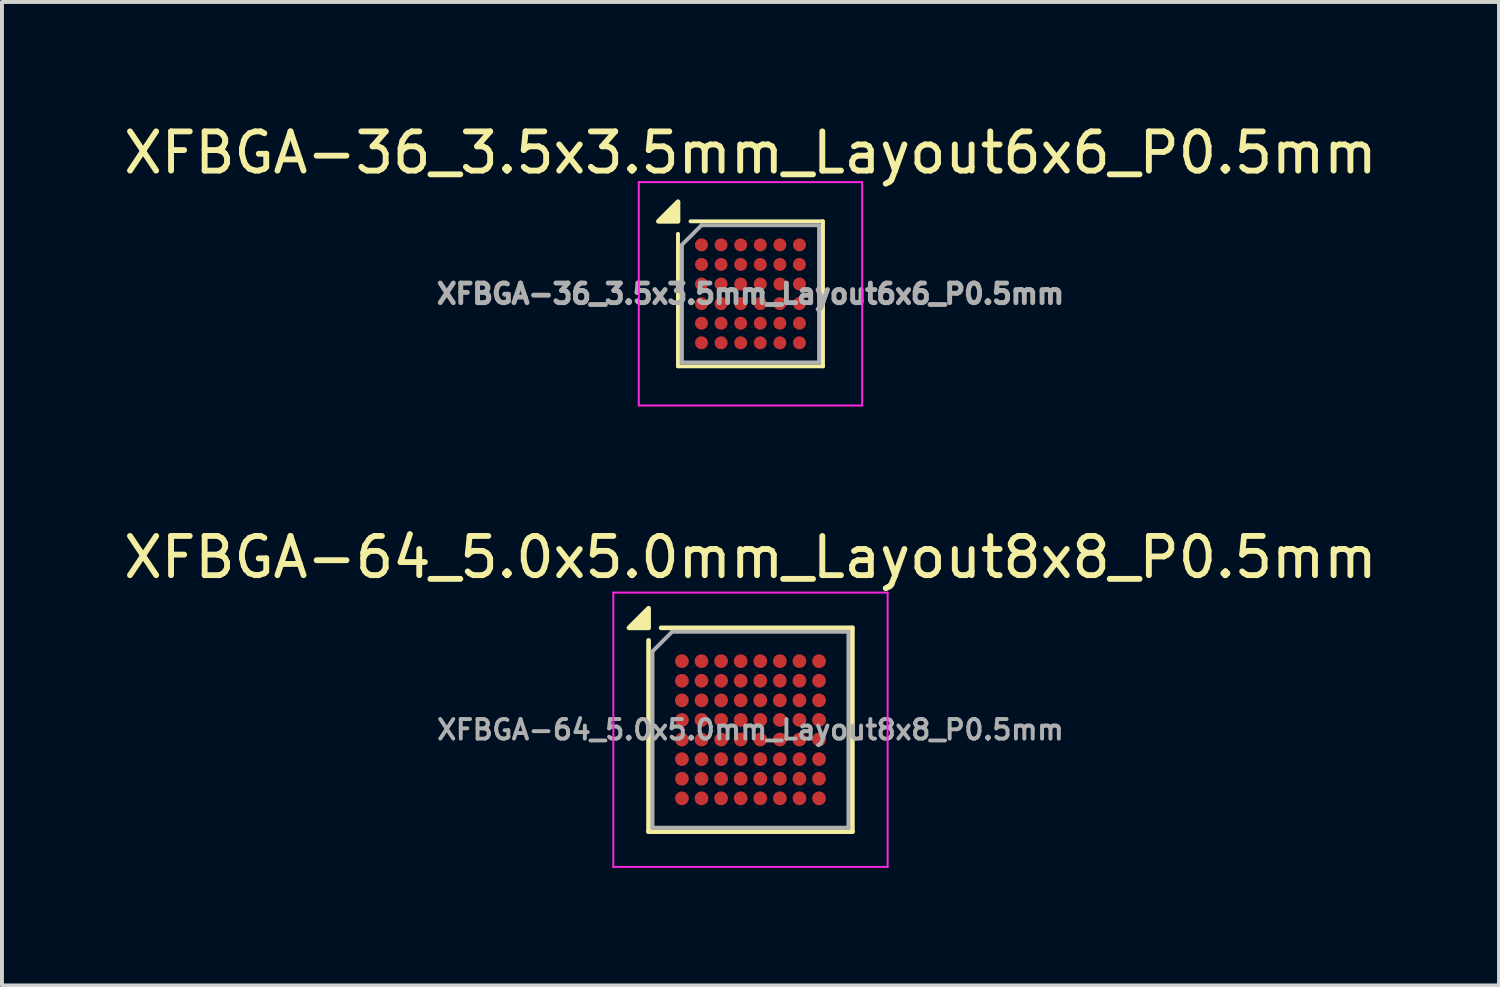
<source format=kicad_pcb>
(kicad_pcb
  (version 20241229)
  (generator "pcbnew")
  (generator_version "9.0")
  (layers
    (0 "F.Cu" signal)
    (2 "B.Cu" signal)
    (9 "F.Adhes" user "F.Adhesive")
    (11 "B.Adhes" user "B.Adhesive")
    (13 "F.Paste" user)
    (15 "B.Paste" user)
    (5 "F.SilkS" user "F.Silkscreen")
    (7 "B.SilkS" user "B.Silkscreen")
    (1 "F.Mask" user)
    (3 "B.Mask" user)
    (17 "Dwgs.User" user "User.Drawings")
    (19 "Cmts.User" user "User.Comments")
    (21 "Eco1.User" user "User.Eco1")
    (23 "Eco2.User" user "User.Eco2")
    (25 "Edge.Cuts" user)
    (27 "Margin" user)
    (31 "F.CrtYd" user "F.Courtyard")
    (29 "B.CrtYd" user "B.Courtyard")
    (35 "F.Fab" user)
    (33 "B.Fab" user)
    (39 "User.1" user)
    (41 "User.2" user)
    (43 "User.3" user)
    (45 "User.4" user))
  (footprint "XFBGA-64_5.0x5.0mm_Layout8x8_P0.5mm"
    (layer "F.Cu")
    (at 16.101 15.572)
    (property "Reference" "XFBGA-64_5.0x5.0mm_Layout8x8_P0.5mm" (at 0 -4.4 0) (layer "F.SilkS") (effects (font (size 1 1) (thickness 0.15))))
    (attr smd)
    (fp_line (start -2.6 -2.28) (end -2.6 2.6) (stroke (width 0.12) (type solid)) (layer "F.SilkS"))
    (fp_line (start -2.6 2.6) (end 2.6 2.6) (stroke (width 0.12) (type solid)) (layer "F.SilkS"))
    (fp_line (start -2.28 -2.6) (end 2.6 -2.6) (stroke (width 0.12) (type solid)) (layer "F.SilkS"))
    (fp_line (start 2.6 -2.6) (end 2.6 2.6) (stroke (width 0.12) (type solid)) (layer "F.SilkS"))
    (fp_poly (pts (xy -2.6 -2.6) (xy -3.1 -2.6) (xy -2.6 -3.1) (xy -2.6 -2.6)) (stroke (width 0.12) (type solid)) (fill yes) (layer "F.SilkS"))
    (fp_line (start -3.5 -3.5) (end 3.5 -3.5) (stroke (width 0.05) (type solid)) (layer "F.CrtYd"))
    (fp_line (start -3.5 3.5) (end -3.5 -3.5) (stroke (width 0.05) (type solid)) (layer "F.CrtYd"))
    (fp_line (start -3.5 3.5) (end 3.5 3.5) (stroke (width 0.05) (type solid)) (layer "F.CrtYd"))
    (fp_line (start 3.5 3.5) (end 3.5 -3.5) (stroke (width 0.05) (type solid)) (layer "F.CrtYd"))
    (fp_line (start -2.5 -2) (end -2 -2.5) (stroke (width 0.1) (type solid)) (layer "F.Fab"))
    (fp_line (start -2.5 2.5) (end -2.5 -2) (stroke (width 0.1) (type solid)) (layer "F.Fab"))
    (fp_line (start -2.5 2.5) (end 2.5 2.5) (stroke (width 0.1) (type solid)) (layer "F.Fab"))
    (fp_line (start -2 -2.5) (end 2.5 -2.5) (stroke (width 0.1) (type solid)) (layer "F.Fab"))
    (fp_line (start 2.5 2.5) (end 2.5 -2.5) (stroke (width 0.1) (type solid)) (layer "F.Fab"))
    (fp_text user "${REFERENCE}" (at 0 0 0) (layer "F.Fab") (effects (font (size 0.5 0.5) (thickness 0.1))))
    (pad "A1" smd circle (at -1.75 -1.75) (size 0.35 0.35) (property pad_prop_bga) (layers "F.Cu" "F.Mask" "F.Paste"))
    (pad "A2" smd circle (at -1.25 -1.75) (size 0.35 0.35) (property pad_prop_bga) (layers "F.Cu" "F.Mask" "F.Paste"))
    (pad "A3" smd circle (at -0.75 -1.75) (size 0.35 0.35) (property pad_prop_bga) (layers "F.Cu" "F.Mask" "F.Paste"))
    (pad "A4" smd circle (at -0.25 -1.75) (size 0.35 0.35) (property pad_prop_bga) (layers "F.Cu" "F.Mask" "F.Paste"))
    (pad "A5" smd circle (at 0.25 -1.75) (size 0.35 0.35) (property pad_prop_bga) (layers "F.Cu" "F.Mask" "F.Paste"))
    (pad "A6" smd circle (at 0.75 -1.75) (size 0.35 0.35) (property pad_prop_bga) (layers "F.Cu" "F.Mask" "F.Paste"))
    (pad "A7" smd circle (at 1.25 -1.75) (size 0.35 0.35) (property pad_prop_bga) (layers "F.Cu" "F.Mask" "F.Paste"))
    (pad "A8" smd circle (at 1.75 -1.75) (size 0.35 0.35) (property pad_prop_bga) (layers "F.Cu" "F.Mask" "F.Paste"))
    (pad "B1" smd circle (at -1.75 -1.25) (size 0.35 0.35) (property pad_prop_bga) (layers "F.Cu" "F.Mask" "F.Paste"))
    (pad "B2" smd circle (at -1.25 -1.25) (size 0.35 0.35) (property pad_prop_bga) (layers "F.Cu" "F.Mask" "F.Paste"))
    (pad "B3" smd circle (at -0.75 -1.25) (size 0.35 0.35) (property pad_prop_bga) (layers "F.Cu" "F.Mask" "F.Paste"))
    (pad "B4" smd circle (at -0.25 -1.25) (size 0.35 0.35) (property pad_prop_bga) (layers "F.Cu" "F.Mask" "F.Paste"))
    (pad "B5" smd circle (at 0.25 -1.25) (size 0.35 0.35) (property pad_prop_bga) (layers "F.Cu" "F.Mask" "F.Paste"))
    (pad "B6" smd circle (at 0.75 -1.25) (size 0.35 0.35) (property pad_prop_bga) (layers "F.Cu" "F.Mask" "F.Paste"))
    (pad "B7" smd circle (at 1.25 -1.25) (size 0.35 0.35) (property pad_prop_bga) (layers "F.Cu" "F.Mask" "F.Paste"))
    (pad "B8" smd circle (at 1.75 -1.25) (size 0.35 0.35) (property pad_prop_bga) (layers "F.Cu" "F.Mask" "F.Paste"))
    (pad "C1" smd circle (at -1.75 -0.75) (size 0.35 0.35) (property pad_prop_bga) (layers "F.Cu" "F.Mask" "F.Paste"))
    (pad "C2" smd circle (at -1.25 -0.75) (size 0.35 0.35) (property pad_prop_bga) (layers "F.Cu" "F.Mask" "F.Paste"))
    (pad "C3" smd circle (at -0.75 -0.75) (size 0.35 0.35) (property pad_prop_bga) (layers "F.Cu" "F.Mask" "F.Paste"))
    (pad "C4" smd circle (at -0.25 -0.75) (size 0.35 0.35) (property pad_prop_bga) (layers "F.Cu" "F.Mask" "F.Paste"))
    (pad "C5" smd circle (at 0.25 -0.75) (size 0.35 0.35) (property pad_prop_bga) (layers "F.Cu" "F.Mask" "F.Paste"))
    (pad "C6" smd circle (at 0.75 -0.75) (size 0.35 0.35) (property pad_prop_bga) (layers "F.Cu" "F.Mask" "F.Paste"))
    (pad "C7" smd circle (at 1.25 -0.75) (size 0.35 0.35) (property pad_prop_bga) (layers "F.Cu" "F.Mask" "F.Paste"))
    (pad "C8" smd circle (at 1.75 -0.75) (size 0.35 0.35) (property pad_prop_bga) (layers "F.Cu" "F.Mask" "F.Paste"))
    (pad "D1" smd circle (at -1.75 -0.25) (size 0.35 0.35) (property pad_prop_bga) (layers "F.Cu" "F.Mask" "F.Paste"))
    (pad "D2" smd circle (at -1.25 -0.25) (size 0.35 0.35) (property pad_prop_bga) (layers "F.Cu" "F.Mask" "F.Paste"))
    (pad "D3" smd circle (at -0.75 -0.25) (size 0.35 0.35) (property pad_prop_bga) (layers "F.Cu" "F.Mask" "F.Paste"))
    (pad "D4" smd circle (at -0.25 -0.25) (size 0.35 0.35) (property pad_prop_bga) (layers "F.Cu" "F.Mask" "F.Paste"))
    (pad "D5" smd circle (at 0.25 -0.25) (size 0.35 0.35) (property pad_prop_bga) (layers "F.Cu" "F.Mask" "F.Paste"))
    (pad "D6" smd circle (at 0.75 -0.25) (size 0.35 0.35) (property pad_prop_bga) (layers "F.Cu" "F.Mask" "F.Paste"))
    (pad "D7" smd circle (at 1.25 -0.25) (size 0.35 0.35) (property pad_prop_bga) (layers "F.Cu" "F.Mask" "F.Paste"))
    (pad "D8" smd circle (at 1.75 -0.25) (size 0.35 0.35) (property pad_prop_bga) (layers "F.Cu" "F.Mask" "F.Paste"))
    (pad "E1" smd circle (at -1.75 0.25) (size 0.35 0.35) (property pad_prop_bga) (layers "F.Cu" "F.Mask" "F.Paste"))
    (pad "E2" smd circle (at -1.25 0.25) (size 0.35 0.35) (property pad_prop_bga) (layers "F.Cu" "F.Mask" "F.Paste"))
    (pad "E3" smd circle (at -0.75 0.25) (size 0.35 0.35) (property pad_prop_bga) (layers "F.Cu" "F.Mask" "F.Paste"))
    (pad "E4" smd circle (at -0.25 0.25) (size 0.35 0.35) (property pad_prop_bga) (layers "F.Cu" "F.Mask" "F.Paste"))
    (pad "E5" smd circle (at 0.25 0.25) (size 0.35 0.35) (property pad_prop_bga) (layers "F.Cu" "F.Mask" "F.Paste"))
    (pad "E6" smd circle (at 0.75 0.25) (size 0.35 0.35) (property pad_prop_bga) (layers "F.Cu" "F.Mask" "F.Paste"))
    (pad "E7" smd circle (at 1.25 0.25) (size 0.35 0.35) (property pad_prop_bga) (layers "F.Cu" "F.Mask" "F.Paste"))
    (pad "E8" smd circle (at 1.75 0.25) (size 0.35 0.35) (property pad_prop_bga) (layers "F.Cu" "F.Mask" "F.Paste"))
    (pad "F1" smd circle (at -1.75 0.75) (size 0.35 0.35) (property pad_prop_bga) (layers "F.Cu" "F.Mask" "F.Paste"))
    (pad "F2" smd circle (at -1.25 0.75) (size 0.35 0.35) (property pad_prop_bga) (layers "F.Cu" "F.Mask" "F.Paste"))
    (pad "F3" smd circle (at -0.75 0.75) (size 0.35 0.35) (property pad_prop_bga) (layers "F.Cu" "F.Mask" "F.Paste"))
    (pad "F4" smd circle (at -0.25 0.75) (size 0.35 0.35) (property pad_prop_bga) (layers "F.Cu" "F.Mask" "F.Paste"))
    (pad "F5" smd circle (at 0.25 0.75) (size 0.35 0.35) (property pad_prop_bga) (layers "F.Cu" "F.Mask" "F.Paste"))
    (pad "F6" smd circle (at 0.75 0.75) (size 0.35 0.35) (property pad_prop_bga) (layers "F.Cu" "F.Mask" "F.Paste"))
    (pad "F7" smd circle (at 1.25 0.75) (size 0.35 0.35) (property pad_prop_bga) (layers "F.Cu" "F.Mask" "F.Paste"))
    (pad "F8" smd circle (at 1.75 0.75) (size 0.35 0.35) (property pad_prop_bga) (layers "F.Cu" "F.Mask" "F.Paste"))
    (pad "G1" smd circle (at -1.75 1.25) (size 0.35 0.35) (property pad_prop_bga) (layers "F.Cu" "F.Mask" "F.Paste"))
    (pad "G2" smd circle (at -1.25 1.25) (size 0.35 0.35) (property pad_prop_bga) (layers "F.Cu" "F.Mask" "F.Paste"))
    (pad "G3" smd circle (at -0.75 1.25) (size 0.35 0.35) (property pad_prop_bga) (layers "F.Cu" "F.Mask" "F.Paste"))
    (pad "G4" smd circle (at -0.25 1.25) (size 0.35 0.35) (property pad_prop_bga) (layers "F.Cu" "F.Mask" "F.Paste"))
    (pad "G5" smd circle (at 0.25 1.25) (size 0.35 0.35) (property pad_prop_bga) (layers "F.Cu" "F.Mask" "F.Paste"))
    (pad "G6" smd circle (at 0.75 1.25) (size 0.35 0.35) (property pad_prop_bga) (layers "F.Cu" "F.Mask" "F.Paste"))
    (pad "G7" smd circle (at 1.25 1.25) (size 0.35 0.35) (property pad_prop_bga) (layers "F.Cu" "F.Mask" "F.Paste"))
    (pad "G8" smd circle (at 1.75 1.25) (size 0.35 0.35) (property pad_prop_bga) (layers "F.Cu" "F.Mask" "F.Paste"))
    (pad "H1" smd circle (at -1.75 1.75) (size 0.35 0.35) (property pad_prop_bga) (layers "F.Cu" "F.Mask" "F.Paste"))
    (pad "H2" smd circle (at -1.25 1.75) (size 0.35 0.35) (property pad_prop_bga) (layers "F.Cu" "F.Mask" "F.Paste"))
    (pad "H3" smd circle (at -0.75 1.75) (size 0.35 0.35) (property pad_prop_bga) (layers "F.Cu" "F.Mask" "F.Paste"))
    (pad "H4" smd circle (at -0.25 1.75) (size 0.35 0.35) (property pad_prop_bga) (layers "F.Cu" "F.Mask" "F.Paste"))
    (pad "H5" smd circle (at 0.25 1.75) (size 0.35 0.35) (property pad_prop_bga) (layers "F.Cu" "F.Mask" "F.Paste"))
    (pad "H6" smd circle (at 0.75 1.75) (size 0.35 0.35) (property pad_prop_bga) (layers "F.Cu" "F.Mask" "F.Paste"))
    (pad "H7" smd circle (at 1.25 1.75) (size 0.35 0.35) (property pad_prop_bga) (layers "F.Cu" "F.Mask" "F.Paste"))
    (pad "H8" smd circle (at 1.75 1.75) (size 0.35 0.35) (property pad_prop_bga) (layers "F.Cu" "F.Mask" "F.Paste")))
  (footprint "XFBGA-36_3.5x3.5mm_Layout6x6_P0.5mm"
    (layer "F.Cu")
    (at 16.101 4.448)
    (property "Reference" "XFBGA-36_3.5x3.5mm_Layout6x6_P0.5mm" (at 0 -3.6 0) (layer "F.SilkS") (effects (font (size 1 1) (thickness 0.15))))
    (attr smd)
    (fp_line (start -1.85 1.85) (end -1.85 -1.53) (stroke (width 0.1) (type solid)) (layer "F.SilkS"))
    (fp_line (start -1.85 1.85) (end 1.85 1.85) (stroke (width 0.1) (type solid)) (layer "F.SilkS"))
    (fp_line (start -1.53 -1.85) (end 1.85 -1.85) (stroke (width 0.1) (type solid)) (layer "F.SilkS"))
    (fp_line (start 1.85 1.85) (end 1.85 -1.85) (stroke (width 0.1) (type solid)) (layer "F.SilkS"))
    (fp_poly (pts (xy -1.85 -1.85) (xy -2.35 -1.85) (xy -1.85 -2.35) (xy -1.85 -1.85)) (stroke (width 0.12) (type solid)) (fill yes) (layer "F.SilkS"))
    (fp_line (start -2.85 -2.85) (end 2.85 -2.85) (stroke (width 0.05) (type solid)) (layer "F.CrtYd"))
    (fp_line (start -2.85 2.85) (end -2.85 -2.85) (stroke (width 0.05) (type solid)) (layer "F.CrtYd"))
    (fp_line (start -2.85 2.85) (end 2.85 2.85) (stroke (width 0.05) (type solid)) (layer "F.CrtYd"))
    (fp_line (start 2.85 2.85) (end 2.85 -2.85) (stroke (width 0.05) (type solid)) (layer "F.CrtYd"))
    (fp_line (start -1.75 -1.25) (end -1.25 -1.75) (stroke (width 0.1) (type solid)) (layer "F.Fab"))
    (fp_line (start -1.75 1.75) (end -1.75 -1.25) (stroke (width 0.1) (type solid)) (layer "F.Fab"))
    (fp_line (start -1.75 1.75) (end 1.75 1.75) (stroke (width 0.1) (type solid)) (layer "F.Fab"))
    (fp_line (start -1.25 -1.75) (end 1.75 -1.75) (stroke (width 0.1) (type solid)) (layer "F.Fab"))
    (fp_line (start 1.75 1.75) (end 1.75 -1.75) (stroke (width 0.1) (type solid)) (layer "F.Fab"))
    (fp_text user "${REFERENCE}" (at 0 0 0) (layer "F.Fab") (effects (font (size 0.5 0.5) (thickness 0.125))))
    (pad "A1" smd circle (at -1.25 -1.25) (size 0.33 0.33) (property pad_prop_bga) (layers "F.Cu" "F.Mask" "F.Paste"))
    (pad "A2" smd circle (at -0.75 -1.25) (size 0.33 0.33) (property pad_prop_bga) (layers "F.Cu" "F.Mask" "F.Paste"))
    (pad "A3" smd circle (at -0.25 -1.25) (size 0.33 0.33) (property pad_prop_bga) (layers "F.Cu" "F.Mask" "F.Paste"))
    (pad "A4" smd circle (at 0.25 -1.25) (size 0.33 0.33) (property pad_prop_bga) (layers "F.Cu" "F.Mask" "F.Paste"))
    (pad "A5" smd circle (at 0.75 -1.25) (size 0.33 0.33) (property pad_prop_bga) (layers "F.Cu" "F.Mask" "F.Paste"))
    (pad "A6" smd circle (at 1.25 -1.25) (size 0.33 0.33) (property pad_prop_bga) (layers "F.Cu" "F.Mask" "F.Paste"))
    (pad "B1" smd circle (at -1.25 -0.75) (size 0.33 0.33) (property pad_prop_bga) (layers "F.Cu" "F.Mask" "F.Paste"))
    (pad "B2" smd circle (at -0.75 -0.75) (size 0.33 0.33) (property pad_prop_bga) (layers "F.Cu" "F.Mask" "F.Paste"))
    (pad "B3" smd circle (at -0.25 -0.75) (size 0.33 0.33) (property pad_prop_bga) (layers "F.Cu" "F.Mask" "F.Paste"))
    (pad "B4" smd circle (at 0.25 -0.75) (size 0.33 0.33) (property pad_prop_bga) (layers "F.Cu" "F.Mask" "F.Paste"))
    (pad "B5" smd circle (at 0.75 -0.75) (size 0.33 0.33) (property pad_prop_bga) (layers "F.Cu" "F.Mask" "F.Paste"))
    (pad "B6" smd circle (at 1.25 -0.75) (size 0.33 0.33) (property pad_prop_bga) (layers "F.Cu" "F.Mask" "F.Paste"))
    (pad "C1" smd circle (at -1.25 -0.25) (size 0.33 0.33) (property pad_prop_bga) (layers "F.Cu" "F.Mask" "F.Paste"))
    (pad "C2" smd circle (at -0.75 -0.25) (size 0.33 0.33) (property pad_prop_bga) (layers "F.Cu" "F.Mask" "F.Paste"))
    (pad "C3" smd circle (at -0.25 -0.25) (size 0.33 0.33) (property pad_prop_bga) (layers "F.Cu" "F.Mask" "F.Paste"))
    (pad "C4" smd circle (at 0.25 -0.25) (size 0.33 0.33) (property pad_prop_bga) (layers "F.Cu" "F.Mask" "F.Paste"))
    (pad "C5" smd circle (at 0.75 -0.25) (size 0.33 0.33) (property pad_prop_bga) (layers "F.Cu" "F.Mask" "F.Paste"))
    (pad "C6" smd circle (at 1.25 -0.25) (size 0.33 0.33) (property pad_prop_bga) (layers "F.Cu" "F.Mask" "F.Paste"))
    (pad "D1" smd circle (at -1.25 0.25) (size 0.33 0.33) (property pad_prop_bga) (layers "F.Cu" "F.Mask" "F.Paste"))
    (pad "D2" smd circle (at -0.75 0.25) (size 0.33 0.33) (property pad_prop_bga) (layers "F.Cu" "F.Mask" "F.Paste"))
    (pad "D3" smd circle (at -0.25 0.25) (size 0.33 0.33) (property pad_prop_bga) (layers "F.Cu" "F.Mask" "F.Paste"))
    (pad "D4" smd circle (at 0.25 0.25) (size 0.33 0.33) (property pad_prop_bga) (layers "F.Cu" "F.Mask" "F.Paste"))
    (pad "D5" smd circle (at 0.75 0.25) (size 0.33 0.33) (property pad_prop_bga) (layers "F.Cu" "F.Mask" "F.Paste"))
    (pad "D6" smd circle (at 1.25 0.25) (size 0.33 0.33) (property pad_prop_bga) (layers "F.Cu" "F.Mask" "F.Paste"))
    (pad "E1" smd circle (at -1.25 0.75) (size 0.33 0.33) (property pad_prop_bga) (layers "F.Cu" "F.Mask" "F.Paste"))
    (pad "E2" smd circle (at -0.75 0.75) (size 0.33 0.33) (property pad_prop_bga) (layers "F.Cu" "F.Mask" "F.Paste"))
    (pad "E3" smd circle (at -0.25 0.75) (size 0.33 0.33) (property pad_prop_bga) (layers "F.Cu" "F.Mask" "F.Paste"))
    (pad "E4" smd circle (at 0.25 0.75) (size 0.33 0.33) (property pad_prop_bga) (layers "F.Cu" "F.Mask" "F.Paste"))
    (pad "E5" smd circle (at 0.75 0.75) (size 0.33 0.33) (property pad_prop_bga) (layers "F.Cu" "F.Mask" "F.Paste"))
    (pad "E6" smd circle (at 1.25 0.75) (size 0.33 0.33) (property pad_prop_bga) (layers "F.Cu" "F.Mask" "F.Paste"))
    (pad "F1" smd circle (at -1.25 1.25) (size 0.33 0.33) (property pad_prop_bga) (layers "F.Cu" "F.Mask" "F.Paste"))
    (pad "F2" smd circle (at -0.75 1.25) (size 0.33 0.33) (property pad_prop_bga) (layers "F.Cu" "F.Mask" "F.Paste"))
    (pad "F3" smd circle (at -0.25 1.25) (size 0.33 0.33) (property pad_prop_bga) (layers "F.Cu" "F.Mask" "F.Paste"))
    (pad "F4" smd circle (at 0.25 1.25) (size 0.33 0.33) (property pad_prop_bga) (layers "F.Cu" "F.Mask" "F.Paste"))
    (pad "F5" smd circle (at 0.75 1.25) (size 0.33 0.33) (property pad_prop_bga) (layers "F.Cu" "F.Mask" "F.Paste"))
    (pad "F6" smd circle (at 1.25 1.25) (size 0.33 0.33) (property pad_prop_bga) (layers "F.Cu" "F.Mask" "F.Paste")))
  (gr_rect
    (start -3 -3)
    (end 35.202 22.096)
    (stroke (width 0.1) (type default))
    (fill no)
    (layer "Edge.Cuts")))
</source>
